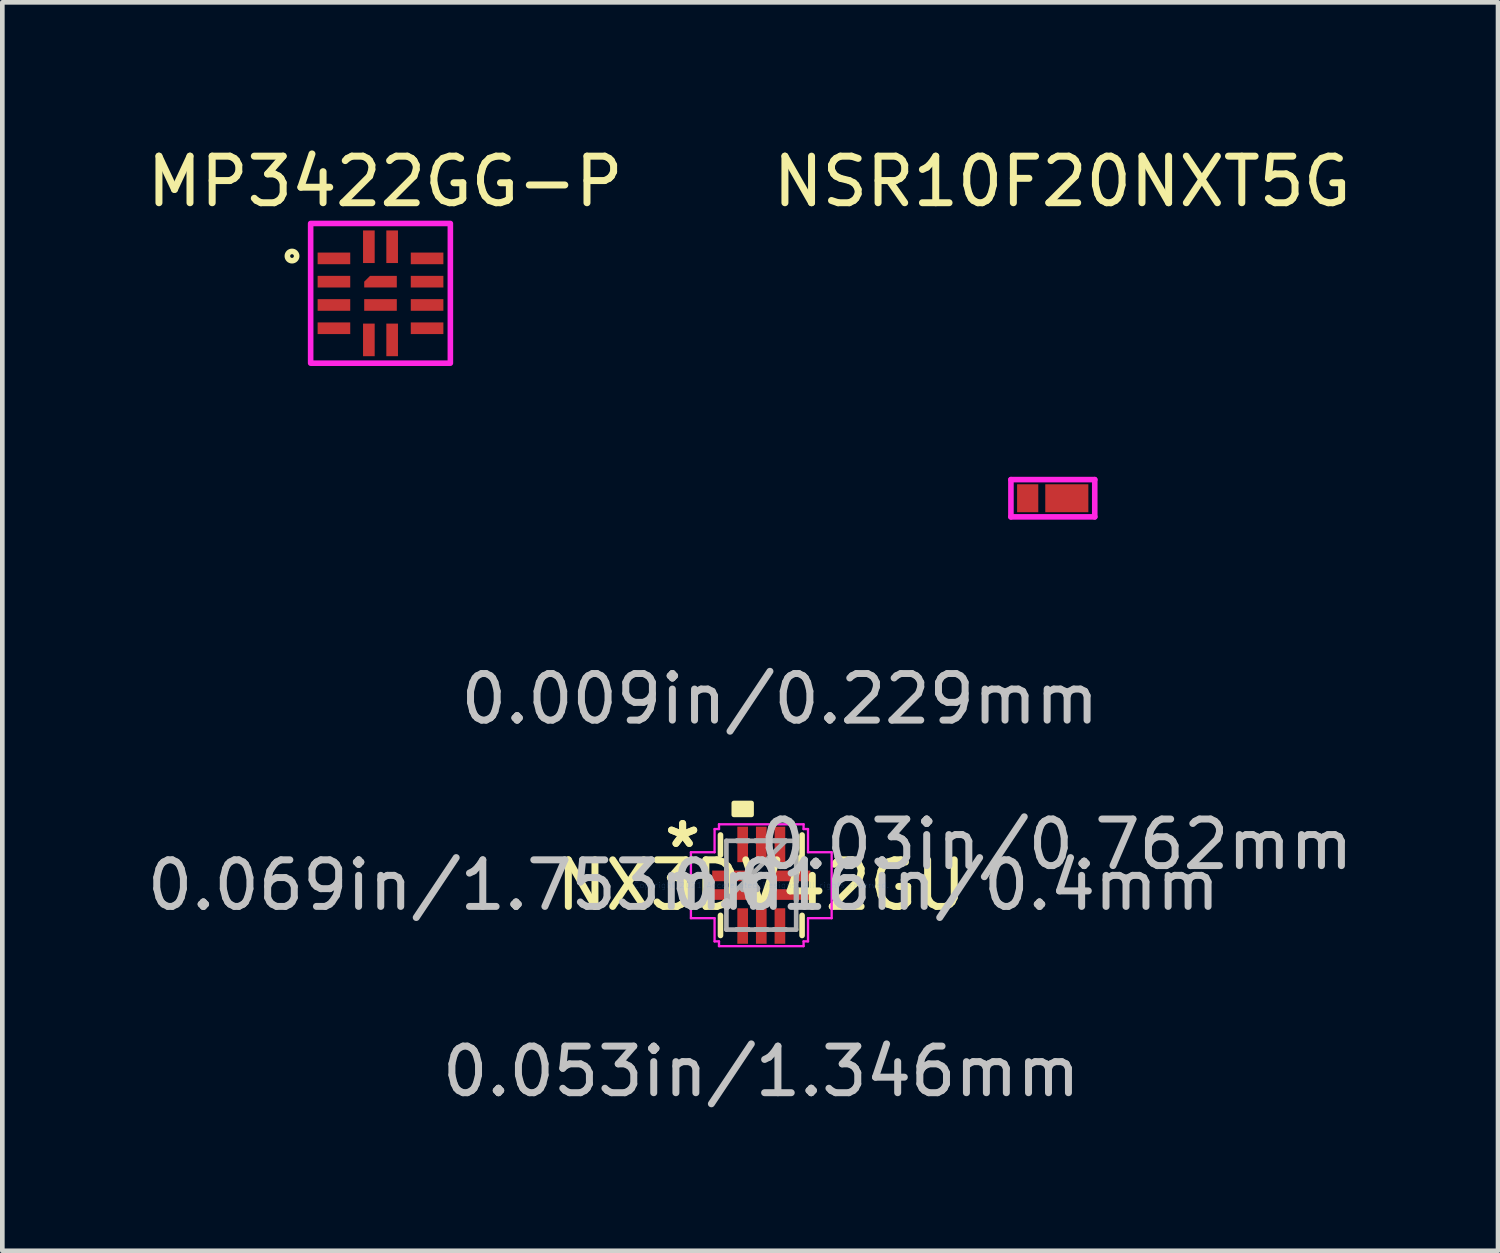
<source format=kicad_pcb>
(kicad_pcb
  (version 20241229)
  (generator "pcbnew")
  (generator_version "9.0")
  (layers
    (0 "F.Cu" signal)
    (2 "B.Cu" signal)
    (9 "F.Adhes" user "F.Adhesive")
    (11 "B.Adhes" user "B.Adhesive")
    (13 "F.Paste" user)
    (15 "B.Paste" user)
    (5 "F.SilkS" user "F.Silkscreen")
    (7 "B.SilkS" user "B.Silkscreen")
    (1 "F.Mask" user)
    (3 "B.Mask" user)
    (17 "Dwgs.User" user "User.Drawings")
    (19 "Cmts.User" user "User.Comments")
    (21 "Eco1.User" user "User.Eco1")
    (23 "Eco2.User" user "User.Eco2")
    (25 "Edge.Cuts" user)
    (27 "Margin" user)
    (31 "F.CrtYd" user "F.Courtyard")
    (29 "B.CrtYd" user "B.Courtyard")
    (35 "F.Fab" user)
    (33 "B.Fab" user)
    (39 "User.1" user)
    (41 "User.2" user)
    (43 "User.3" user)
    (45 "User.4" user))
  (footprint "MP3422GG-P"
    (layer "F.Cu")
    (at 5.12 3.248)
    (property "Reference" "MP3422GG-P" (at 0.1 -2.4 0) (unlocked yes) (layer "F.SilkS") (effects (font (size 1 1) (thickness 0.15))))
    (fp_circle (center -1.9 -0.8) (end -1.8 -0.8) (stroke (width 0.12) (type solid)) (fill no) (layer "F.SilkS"))
    (fp_rect (start -1.5 -1.5) (end 1.5 1.5) (stroke (width 0.12) (type solid)) (fill no) (layer "F.CrtYd"))
    (pad "1" smd rect (at -1 -0.75) (size 0.7 0.25) (layers "F.Cu" "F.Mask" "F.Paste"))
    (pad "2" smd rect (at -1 -0.25) (size 0.7 0.25) (layers "F.Cu" "F.Mask" "F.Paste"))
    (pad "3" smd rect (at -1 0.25) (size 0.7 0.25) (layers "F.Cu" "F.Mask" "F.Paste"))
    (pad "4" smd rect (at -1 0.75) (size 0.7 0.25) (layers "F.Cu" "F.Mask" "F.Paste"))
    (pad "5" smd rect (at -0.25 1 90) (size 0.7 0.25) (layers "F.Cu" "F.Mask" "F.Paste"))
    (pad "6" smd rect (at 0.25 1 90) (size 0.7 0.25) (layers "F.Cu" "F.Mask" "F.Paste"))
    (pad "7" smd rect (at 1 0.75) (size 0.7 0.25) (layers "F.Cu" "F.Mask" "F.Paste"))
    (pad "8" smd rect (at 1 0.25) (size 0.7 0.25) (layers "F.Cu" "F.Mask" "F.Paste"))
    (pad "9" smd rect (at 1 -0.25) (size 0.7 0.25) (layers "F.Cu" "F.Mask" "F.Paste"))
    (pad "10" smd rect (at 1 -0.75) (size 0.7 0.25) (layers "F.Cu" "F.Mask" "F.Paste"))
    (pad "11" smd rect (at 0.25 -1 90) (size 0.7 0.25) (layers "F.Cu" "F.Mask" "F.Paste"))
    (pad "12" smd rect (at -0.25 -1 90) (size 0.7 0.25) (layers "F.Cu" "F.Mask" "F.Paste"))
    (pad "13" smd roundrect (at 0 -0.25) (size 0.7 0.25) (layers "F.Cu" "F.Mask" "F.Paste") (roundrect_rratio 0) (chamfer_ratio 0.5) (chamfer top_left))
    (pad "14" smd rect (at 0 0.25) (size 0.7 0.25) (layers "F.Cu" "F.Mask" "F.Paste")))
  (footprint "NX3DV42GU"
    (layer "F.Cu")
    (at 13.296 15.957)
    (property "Reference" "NX3DV42GU" (at 0 0 0) (layer "F.SilkS") (effects (font (size 1 1) (thickness 0.15))))
    (attr through_hole)
    (fp_line (start -0.876 -1.079) (end -0.876 -0.647) (stroke (width 0.12) (type solid)) (layer "F.SilkS"))
    (fp_line (start -0.876 0.647) (end -0.876 1.079) (stroke (width 0.12) (type solid)) (layer "F.SilkS"))
    (fp_line (start 0.876 -0.647) (end 0.876 -1.079) (stroke (width 0.12) (type solid)) (layer "F.SilkS"))
    (fp_line (start 0.876 1.079) (end 0.876 0.647) (stroke (width 0.12) (type solid)) (layer "F.SilkS"))
    (fp_poly (pts (xy -0.59 -1.511) (xy -0.59 -1.765) (xy -0.209 -1.765) (xy -0.209 -1.511)) (stroke (width 0.1) (type solid)) (fill yes) (layer "F.SilkS"))
    (fp_line (start -1.511 -0.708) (end -1.003 -0.708) (stroke (width 0.05) (type solid)) (layer "F.CrtYd"))
    (fp_line (start -1.511 0.708) (end -1.511 -0.708) (stroke (width 0.05) (type solid)) (layer "F.CrtYd"))
    (fp_line (start -1.003 -1.206) (end -0.908 -1.206) (stroke (width 0.05) (type solid)) (layer "F.CrtYd"))
    (fp_line (start -1.003 -0.708) (end -1.003 -1.206) (stroke (width 0.05) (type solid)) (layer "F.CrtYd"))
    (fp_line (start -1.003 0.708) (end -1.511 0.708) (stroke (width 0.05) (type solid)) (layer "F.CrtYd"))
    (fp_line (start -1.003 1.206) (end -1.003 0.708) (stroke (width 0.05) (type solid)) (layer "F.CrtYd"))
    (fp_line (start -0.908 -1.308) (end 0.908 -1.308) (stroke (width 0.05) (type solid)) (layer "F.CrtYd"))
    (fp_line (start -0.908 -1.206) (end -0.908 -1.308) (stroke (width 0.05) (type solid)) (layer "F.CrtYd"))
    (fp_line (start -0.908 1.206) (end -1.003 1.206) (stroke (width 0.05) (type solid)) (layer "F.CrtYd"))
    (fp_line (start -0.908 1.308) (end -0.908 1.206) (stroke (width 0.05) (type solid)) (layer "F.CrtYd"))
    (fp_line (start 0.908 -1.308) (end 0.908 -1.206) (stroke (width 0.05) (type solid)) (layer "F.CrtYd"))
    (fp_line (start 0.908 -1.206) (end 1.003 -1.206) (stroke (width 0.05) (type solid)) (layer "F.CrtYd"))
    (fp_line (start 0.908 1.206) (end 0.908 1.308) (stroke (width 0.05) (type solid)) (layer "F.CrtYd"))
    (fp_line (start 0.908 1.308) (end -0.908 1.308) (stroke (width 0.05) (type solid)) (layer "F.CrtYd"))
    (fp_line (start 1.003 -1.206) (end 1.003 -0.708) (stroke (width 0.05) (type solid)) (layer "F.CrtYd"))
    (fp_line (start 1.003 -0.708) (end 1.511 -0.708) (stroke (width 0.05) (type solid)) (layer "F.CrtYd"))
    (fp_line (start 1.003 0.708) (end 1.003 1.206) (stroke (width 0.05) (type solid)) (layer "F.CrtYd"))
    (fp_line (start 1.003 1.206) (end 0.908 1.206) (stroke (width 0.05) (type solid)) (layer "F.CrtYd"))
    (fp_line (start 1.511 -0.708) (end 1.511 0.708) (stroke (width 0.05) (type solid)) (layer "F.CrtYd"))
    (fp_line (start 1.511 0.708) (end 1.003 0.708) (stroke (width 0.05) (type solid)) (layer "F.CrtYd"))
    (fp_circle (center -1.88 -0.2) (end -1.88 -0.2) (stroke (width 0.05) (type solid)) (fill no) (layer "F.CrtYd"))
    (fp_line (start -0.749 -0.953) (end -0.749 0.953) (stroke (width 0.1) (type solid)) (layer "F.Fab"))
    (fp_line (start -0.749 -0.327) (end -0.749 -0.327) (stroke (width 0.1) (type solid)) (layer "F.Fab"))
    (fp_line (start -0.749 -0.327) (end -0.749 -0.073) (stroke (width 0.1) (type solid)) (layer "F.Fab"))
    (fp_line (start -0.749 -0.073) (end -0.749 -0.327) (stroke (width 0.1) (type solid)) (layer "F.Fab"))
    (fp_line (start -0.749 -0.073) (end -0.749 -0.073) (stroke (width 0.1) (type solid)) (layer "F.Fab"))
    (fp_line (start -0.749 0.073) (end -0.749 0.073) (stroke (width 0.1) (type solid)) (layer "F.Fab"))
    (fp_line (start -0.749 0.073) (end -0.749 0.327) (stroke (width 0.1) (type solid)) (layer "F.Fab"))
    (fp_line (start -0.749 0.318) (end 0.521 -0.953) (stroke (width 0.1) (type solid)) (layer "F.Fab"))
    (fp_line (start -0.749 0.327) (end -0.749 0.073) (stroke (width 0.1) (type solid)) (layer "F.Fab"))
    (fp_line (start -0.749 0.327) (end -0.749 0.327) (stroke (width 0.1) (type solid)) (layer "F.Fab"))
    (fp_line (start -0.749 0.953) (end 0.749 0.953) (stroke (width 0.1) (type solid)) (layer "F.Fab"))
    (fp_line (start -0.527 -0.953) (end -0.527 -0.953) (stroke (width 0.1) (type solid)) (layer "F.Fab"))
    (fp_line (start -0.527 -0.953) (end -0.273 -0.953) (stroke (width 0.1) (type solid)) (layer "F.Fab"))
    (fp_line (start -0.527 0.953) (end -0.527 0.953) (stroke (width 0.1) (type solid)) (layer "F.Fab"))
    (fp_line (start -0.527 0.953) (end -0.273 0.953) (stroke (width 0.1) (type solid)) (layer "F.Fab"))
    (fp_line (start -0.273 -0.953) (end -0.527 -0.953) (stroke (width 0.1) (type solid)) (layer "F.Fab"))
    (fp_line (start -0.273 -0.953) (end -0.273 -0.953) (stroke (width 0.1) (type solid)) (layer "F.Fab"))
    (fp_line (start -0.273 0.953) (end -0.527 0.953) (stroke (width 0.1) (type solid)) (layer "F.Fab"))
    (fp_line (start -0.273 0.953) (end -0.273 0.953) (stroke (width 0.1) (type solid)) (layer "F.Fab"))
    (fp_line (start -0.127 -0.953) (end -0.127 -0.953) (stroke (width 0.1) (type solid)) (layer "F.Fab"))
    (fp_line (start -0.127 -0.953) (end 0.127 -0.953) (stroke (width 0.1) (type solid)) (layer "F.Fab"))
    (fp_line (start -0.127 0.953) (end -0.127 0.953) (stroke (width 0.1) (type solid)) (layer "F.Fab"))
    (fp_line (start -0.127 0.953) (end 0.127 0.953) (stroke (width 0.1) (type solid)) (layer "F.Fab"))
    (fp_line (start 0.127 -0.953) (end -0.127 -0.953) (stroke (width 0.1) (type solid)) (layer "F.Fab"))
    (fp_line (start 0.127 -0.953) (end 0.127 -0.953) (stroke (width 0.1) (type solid)) (layer "F.Fab"))
    (fp_line (start 0.127 0.953) (end -0.127 0.953) (stroke (width 0.1) (type solid)) (layer "F.Fab"))
    (fp_line (start 0.127 0.953) (end 0.127 0.953) (stroke (width 0.1) (type solid)) (layer "F.Fab"))
    (fp_line (start 0.273 -0.953) (end 0.273 -0.953) (stroke (width 0.1) (type solid)) (layer "F.Fab"))
    (fp_line (start 0.273 -0.953) (end 0.527 -0.953) (stroke (width 0.1) (type solid)) (layer "F.Fab"))
    (fp_line (start 0.273 0.953) (end 0.273 0.953) (stroke (width 0.1) (type solid)) (layer "F.Fab"))
    (fp_line (start 0.273 0.953) (end 0.527 0.953) (stroke (width 0.1) (type solid)) (layer "F.Fab"))
    (fp_line (start 0.527 -0.953) (end 0.273 -0.953) (stroke (width 0.1) (type solid)) (layer "F.Fab"))
    (fp_line (start 0.527 -0.953) (end 0.527 -0.953) (stroke (width 0.1) (type solid)) (layer "F.Fab"))
    (fp_line (start 0.527 0.953) (end 0.273 0.953) (stroke (width 0.1) (type solid)) (layer "F.Fab"))
    (fp_line (start 0.527 0.953) (end 0.527 0.953) (stroke (width 0.1) (type solid)) (layer "F.Fab"))
    (fp_line (start 0.749 -0.953) (end -0.749 -0.953) (stroke (width 0.1) (type solid)) (layer "F.Fab"))
    (fp_line (start 0.749 -0.327) (end 0.749 -0.327) (stroke (width 0.1) (type solid)) (layer "F.Fab"))
    (fp_line (start 0.749 -0.327) (end 0.749 -0.073) (stroke (width 0.1) (type solid)) (layer "F.Fab"))
    (fp_line (start 0.749 -0.073) (end 0.749 -0.327) (stroke (width 0.1) (type solid)) (layer "F.Fab"))
    (fp_line (start 0.749 -0.073) (end 0.749 -0.073) (stroke (width 0.1) (type solid)) (layer "F.Fab"))
    (fp_line (start 0.749 0.073) (end 0.749 0.073) (stroke (width 0.1) (type solid)) (layer "F.Fab"))
    (fp_line (start 0.749 0.073) (end 0.749 0.327) (stroke (width 0.1) (type solid)) (layer "F.Fab"))
    (fp_line (start 0.749 0.327) (end 0.749 0.073) (stroke (width 0.1) (type solid)) (layer "F.Fab"))
    (fp_line (start 0.749 0.327) (end 0.749 0.327) (stroke (width 0.1) (type solid)) (layer "F.Fab"))
    (fp_line (start 0.749 0.953) (end 0.749 -0.953) (stroke (width 0.1) (type solid)) (layer "F.Fab"))
    (fp_text user "*" (at -1.689 -0.781 0) (layer "F.SilkS") (effects (font (size 1 1) (thickness 0.15))))
    (fp_text user "*" (at -1.689 -0.781 0) (layer "F.SilkS") (effects (font (size 1 1) (thickness 0.15))))
    (fp_text user "0.053in/1.346mm" (at 0 4 0) (layer "Dwgs.User") (effects (font (size 1 1) (thickness 0.15))))
    (fp_text user "0.009in/0.229mm" (at 0.4 -4 0) (layer "Dwgs.User") (effects (font (size 1 1) (thickness 0.15))))
    (fp_text user "0.016in/0.4mm" (at 3.95 0 0) (layer "Dwgs.User") (effects (font (size 1 1) (thickness 0.15))))
    (fp_text user "0.03in/0.762mm" (at 6.337 -0.876 0) (layer "Dwgs.User") (effects (font (size 1 1) (thickness 0.15))))
    (fp_text user "0.069in/1.753mm" (at -6.337 0 0) (layer "Dwgs.User") (effects (font (size 1 1) (thickness 0.15))))
    (fp_text user "Copyright 2021 Accelerated Designs. All rights reserved." (at 0 0 0) (layer "Cmts.User") (effects (font (size 0.127 0.127) (thickness 0.002))))
    (fp_text user "*" (at -0.241 0.191 0) (layer "F.Fab") (effects (font (size 1 1) (thickness 0.15))))
    (fp_text user "*" (at -0.241 0.191 0) (layer "F.Fab") (effects (font (size 1 1) (thickness 0.15))))
    (pad "1" smd rect (at -0.622 -0.2 90) (size 0.229 0.864) (layers "F.Cu" "F.Mask" "F.Paste"))
    (pad "2" smd rect (at -0.673 0.2 90) (size 0.229 0.762) (layers "F.Cu" "F.Mask" "F.Paste"))
    (pad "3" smd rect (at -0.4 0.876) (size 0.229 0.762) (layers "F.Cu" "F.Mask" "F.Paste"))
    (pad "4" smd rect (at 0 0.876) (size 0.229 0.762) (layers "F.Cu" "F.Mask" "F.Paste"))
    (pad "5" smd rect (at 0.4 0.876) (size 0.229 0.762) (layers "F.Cu" "F.Mask" "F.Paste"))
    (pad "6" smd rect (at 0.673 0.2 90) (size 0.229 0.762) (layers "F.Cu" "F.Mask" "F.Paste"))
    (pad "7" smd rect (at 0.673 -0.2 90) (size 0.229 0.762) (layers "F.Cu" "F.Mask" "F.Paste"))
    (pad "8" smd rect (at 0.4 -0.876) (size 0.229 0.762) (layers "F.Cu" "F.Mask" "F.Paste"))
    (pad "9" smd rect (at 0 -0.876) (size 0.229 0.762) (layers "F.Cu" "F.Mask" "F.Paste"))
    (pad "10" smd rect (at -0.4 -0.876) (size 0.229 0.762) (layers "F.Cu" "F.Mask" "F.Paste")))
  (footprint "NSR10F20NXT5G"
    (layer "F.Cu")
    (at 19.556 7.648)
    (property "Reference" "NSR10F20NXT5G" (at 0.2 -6.8 0) (unlocked yes) (layer "F.SilkS") (effects (font (size 1 1) (thickness 0.15))))
    (fp_line (start -0.9 -0.4) (end 0.9 -0.4) (stroke (width 0.12) (type solid)) (layer "F.CrtYd"))
    (fp_line (start -0.9 0.4) (end -0.9 -0.4) (stroke (width 0.12) (type solid)) (layer "F.CrtYd"))
    (fp_line (start 0.9 -0.4) (end 0.9 0.4) (stroke (width 0.12) (type solid)) (layer "F.CrtYd"))
    (fp_line (start 0.9 0.4) (end -0.9 0.4) (stroke (width 0.12) (type solid)) (layer "F.CrtYd"))
    (pad "1" smd rect (at -0.54 0) (size 0.455 0.6) (layers "F.Cu" "F.Mask" "F.Paste"))
    (pad "2" smd rect (at 0.3 0) (size 0.925 0.6) (layers "F.Cu" "F.Mask" "F.Paste")))
  (gr_rect
    (start -3 -3)
    (end 29.115 23.806)
    (stroke (width 0.1) (type default))
    (fill no)
    (layer "Edge.Cuts")))
</source>
